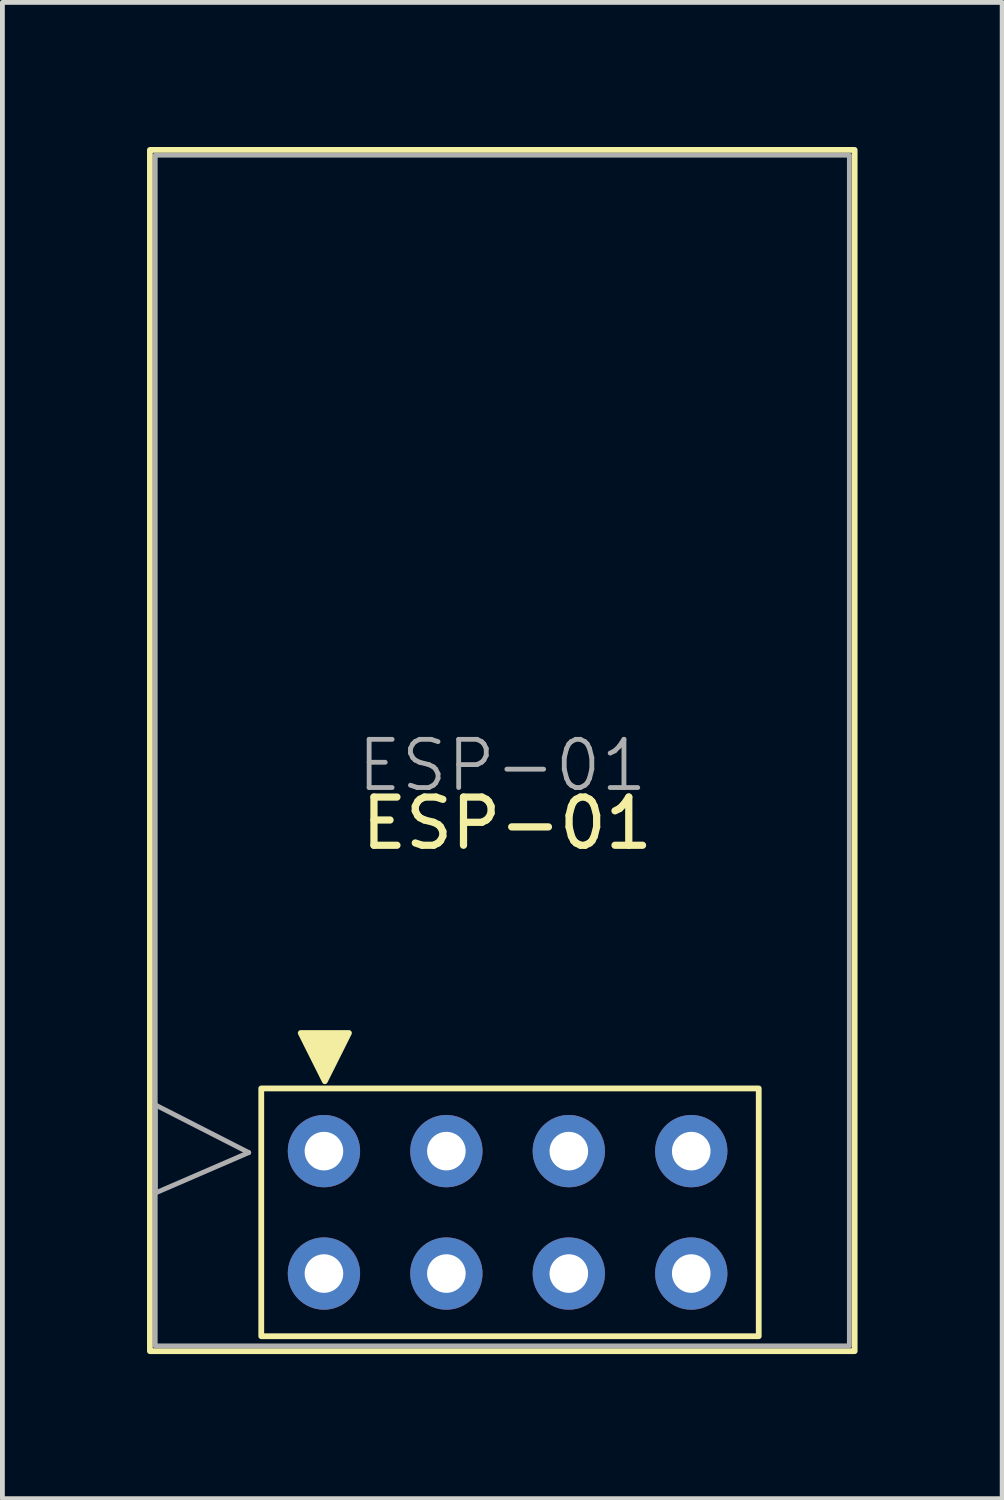
<source format=kicad_pcb>
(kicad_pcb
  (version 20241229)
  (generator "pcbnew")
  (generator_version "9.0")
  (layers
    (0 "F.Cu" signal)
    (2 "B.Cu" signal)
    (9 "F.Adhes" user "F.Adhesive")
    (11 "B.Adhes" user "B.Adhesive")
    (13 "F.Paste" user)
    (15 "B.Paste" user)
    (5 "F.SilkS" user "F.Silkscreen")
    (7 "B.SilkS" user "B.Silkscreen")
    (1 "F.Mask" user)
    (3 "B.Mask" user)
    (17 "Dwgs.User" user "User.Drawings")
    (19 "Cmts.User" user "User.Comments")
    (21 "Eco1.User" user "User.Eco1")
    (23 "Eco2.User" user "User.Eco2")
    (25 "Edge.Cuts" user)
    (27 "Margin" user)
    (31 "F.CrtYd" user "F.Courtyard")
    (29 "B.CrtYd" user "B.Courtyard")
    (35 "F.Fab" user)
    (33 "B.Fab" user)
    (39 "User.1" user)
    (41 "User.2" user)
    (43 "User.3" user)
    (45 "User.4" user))
  (footprint "ESP-01"
    (layer "F.Cu")
    (at 3.67 20.83)
    (property "Reference" "ESP-01" (at 3.8 -6.8 0) (layer "F.SilkS") (effects (font (size 1 1) (thickness 0.15))))
    (attr through_hole)
    (fp_rect (start -3.61 -20.77) (end 11.01 4.15) (stroke (width 0.12) (type default)) (fill no) (layer "F.SilkS"))
    (fp_rect (start -1.3 -1.3) (end 9.02 3.84) (stroke (width 0.12) (type default)) (fill no) (layer "F.SilkS"))
    (fp_poly (pts (xy -0.481 -2.45) (xy 0.519 -2.45) (xy 0.019 -1.45)) (stroke (width 0.12) (type solid)) (fill yes) (layer "F.SilkS"))
    (fp_line (start -3.5 -0.96) (end -3.5 0.87) (stroke (width 0.1) (type default)) (layer "F.Fab"))
    (fp_line (start -1.56 0.03) (end -3.5 -0.96) (stroke (width 0.1) (type default)) (layer "F.Fab"))
    (fp_line (start -1.56 0.03) (end -3.5 0.87) (stroke (width 0.1) (type default)) (layer "F.Fab"))
    (fp_rect (start -3.5 -20.66) (end 10.9 4.04) (stroke (width 0.1) (type default)) (fill no) (layer "F.Fab"))
    (fp_text user "${REFERENCE}" (at 3.7 -8 0) (layer "F.Fab") (effects (font (size 1 1) (thickness 0.1))))
    (pad "1" thru_hole circle (at 0 0) (size 1.5 1.5) (drill 0.8) (layers "*.Cu" "*.Mask"))
    (pad "2" thru_hole circle (at 2.54 0) (size 1.5 1.5) (drill 0.8) (layers "*.Cu" "*.Mask"))
    (pad "3" thru_hole circle (at 5.08 0) (size 1.5 1.5) (drill 0.8) (layers "*.Cu" "*.Mask"))
    (pad "4" thru_hole circle (at 7.62 0) (size 1.5 1.5) (drill 0.8) (layers "*.Cu" "*.Mask"))
    (pad "5" thru_hole circle (at 0 2.54) (size 1.5 1.5) (drill 0.8) (layers "*.Cu" "*.Mask"))
    (pad "6" thru_hole circle (at 2.54 2.54) (size 1.5 1.5) (drill 0.8) (layers "*.Cu" "*.Mask"))
    (pad "7" thru_hole circle (at 5.08 2.54) (size 1.5 1.5) (drill 0.8) (layers "*.Cu" "*.Mask"))
    (pad "8" thru_hole circle (at 7.62 2.54) (size 1.5 1.5) (drill 0.8) (layers "*.Cu" "*.Mask"))
    (zone (net_name "") (layers "F.Cu" "B.Cu") (name "No Copper") (hatch edge 0.5) (connect_pads) (min_thickness 0.25) (filled_areas_thickness no) (keepout (tracks not_allowed) (vias not_allowed) (pads not_allowed) (copperpour not_allowed) (footprints not_allowed)) (placement (enabled no)) (fill) (polygon (pts (xy 0.195 0.205) (xy 14.52 0.23) (xy 14.495 6.855) (xy 0.17 6.83)))))
  (gr_rect
    (start -3 -3)
    (end 17.74 28.04)
    (stroke (width 0.1) (type default))
    (fill no)
    (layer "Edge.Cuts")))
</source>
